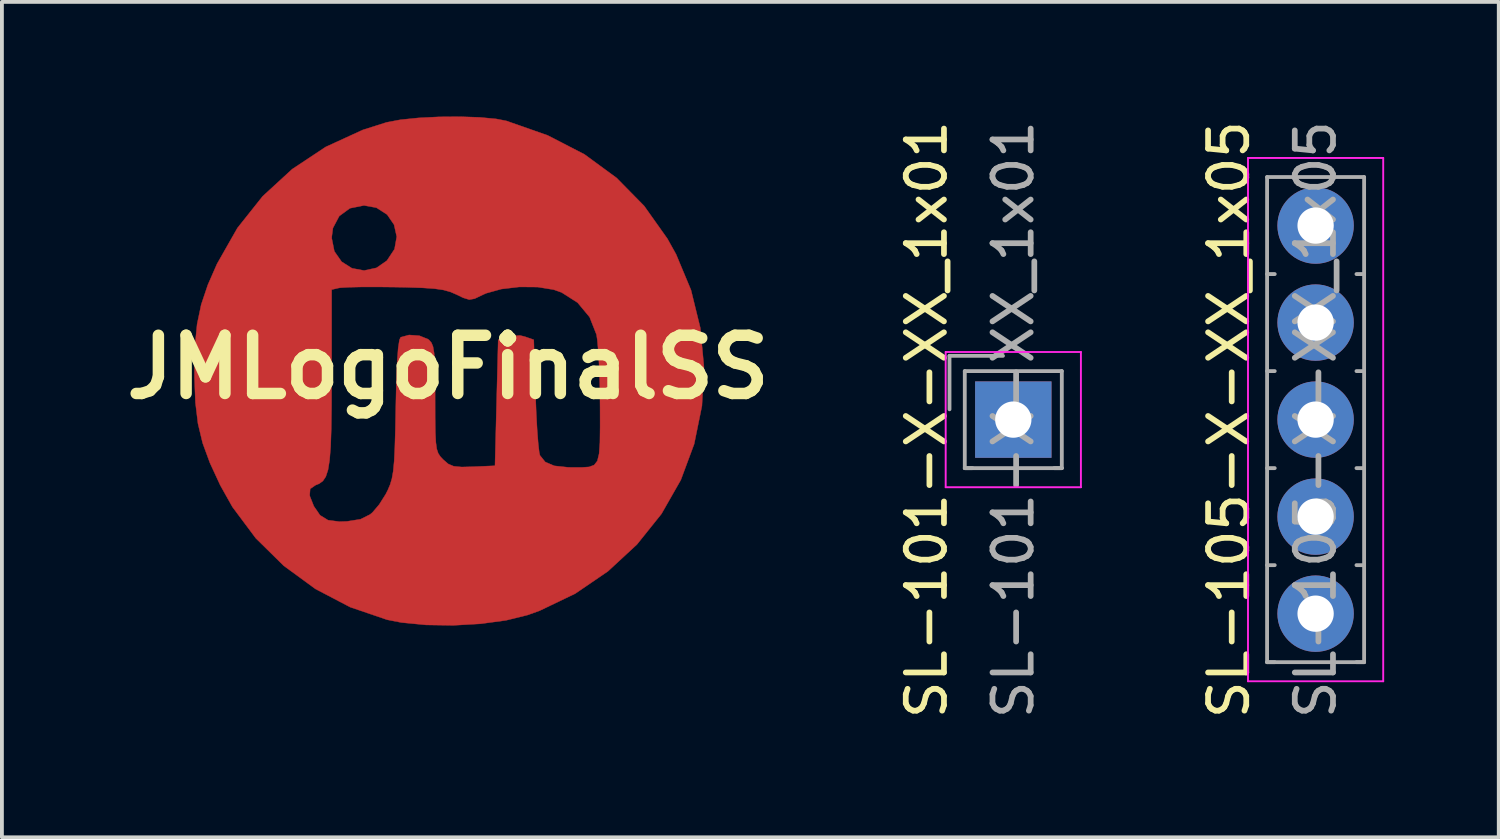
<source format=kicad_pcb>
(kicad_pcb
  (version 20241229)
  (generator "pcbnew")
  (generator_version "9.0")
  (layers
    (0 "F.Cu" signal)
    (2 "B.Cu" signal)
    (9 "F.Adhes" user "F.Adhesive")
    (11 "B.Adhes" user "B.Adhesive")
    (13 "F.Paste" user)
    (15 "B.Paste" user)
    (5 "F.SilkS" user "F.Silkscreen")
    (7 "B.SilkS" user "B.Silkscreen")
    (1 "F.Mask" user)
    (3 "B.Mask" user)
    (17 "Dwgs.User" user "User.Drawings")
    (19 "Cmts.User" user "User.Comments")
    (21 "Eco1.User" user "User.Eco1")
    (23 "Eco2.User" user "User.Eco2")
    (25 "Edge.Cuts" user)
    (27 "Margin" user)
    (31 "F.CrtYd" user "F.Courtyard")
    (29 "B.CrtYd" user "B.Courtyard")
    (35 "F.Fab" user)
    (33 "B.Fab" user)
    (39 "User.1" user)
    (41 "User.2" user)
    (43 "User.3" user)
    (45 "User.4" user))
  (footprint "JMLogoFinalSS"
    (layer "F.Cu")
    (at 8.68 6.561)
    (property "Reference" "JMLogoFinalSS" (at 0 0 0) (layer "F.SilkS") (effects (font (size 1.524 1.524) (thickness 0.3))))
    (attr through_hole)
    (fp_poly (pts (xy 0.828 -6.539) (xy 1.262 -6.498) (xy 1.524 -6.447) (xy 2.607 -6.067) (xy 3.569 -5.571) (xy 4.41 -4.955) (xy 5.134 -4.219) (xy 5.742 -3.362) (xy 5.969 -2.954) (xy 6.36 -2.018) (xy 6.603 -1.027) (xy 6.699 -0.007) (xy 6.646 1.015) (xy 6.443 2.012) (xy 6.093 2.954) (xy 5.587 3.841) (xy 4.944 4.643) (xy 4.185 5.345) (xy 3.329 5.929) (xy 2.396 6.377) (xy 2.074 6.492) (xy 1.516 6.629) (xy 0.851 6.719) (xy 0.135 6.76) (xy -0.575 6.749) (xy -1.222 6.686) (xy -1.596 6.613) (xy -2.563 6.283) (xy -3.472 5.807) (xy -4.302 5.2) (xy -5.033 4.48) (xy -5.644 3.662) (xy -5.812 3.363) (xy -3.624 3.363) (xy -3.516 3.637) (xy -3.514 3.641) (xy -3.351 3.878) (xy -3.143 4.006) (xy -2.844 4.045) (xy -2.645 4.038) (xy -2.293 3.982) (xy -2.042 3.857) (xy -1.978 3.803) (xy -1.804 3.598) (xy -1.631 3.324) (xy -1.577 3.217) (xy -1.516 3.073) (xy -1.47 2.917) (xy -1.436 2.722) (xy -1.411 2.462) (xy -1.394 2.112) (xy -1.38 1.643) (xy -1.369 1.059) (xy -1.354 0.379) (xy -1.333 -0.138) (xy -1.306 -0.5) (xy -1.273 -0.713) (xy -1.241 -0.782) (xy -1.021 -0.842) (xy -0.75 -0.822) (xy -0.522 -0.73) (xy -0.494 -0.707) (xy -0.435 -0.638) (xy -0.394 -0.537) (xy -0.366 -0.376) (xy -0.349 -0.129) (xy -0.341 0.23) (xy -0.339 0.727) (xy -0.339 0.821) (xy -0.338 1.336) (xy -0.333 1.709) (xy -0.32 1.968) (xy -0.296 2.142) (xy -0.257 2.259) (xy -0.199 2.345) (xy -0.127 2.421) (xy 0.005 2.535) (xy 0.148 2.595) (xy 0.355 2.615) (xy 0.656 2.607) (xy 1.228 2.582) (xy 1.27 0.933) (xy 1.312 -0.716) (xy 1.545 -0.798) (xy 1.88 -0.83) (xy 2.011 -0.798) (xy 2.244 -0.716) (xy 2.289 0.721) (xy 2.308 1.207) (xy 2.332 1.641) (xy 2.359 1.992) (xy 2.386 2.228) (xy 2.405 2.31) (xy 2.544 2.483) (xy 2.78 2.584) (xy 3.142 2.623) (xy 3.247 2.625) (xy 3.504 2.625) (xy 3.693 2.612) (xy 3.824 2.563) (xy 3.908 2.456) (xy 3.954 2.266) (xy 3.975 1.973) (xy 3.98 1.553) (xy 3.979 1.053) (xy 3.974 0.535) (xy 3.959 0.042) (xy 3.936 -0.386) (xy 3.907 -0.711) (xy 3.886 -0.851) (xy 3.705 -1.31) (xy 3.391 -1.688) (xy 2.972 -1.955) (xy 2.766 -2.028) (xy 2.347 -2.096) (xy 1.867 -2.1) (xy 1.394 -2.044) (xy 0.995 -1.933) (xy 0.901 -1.89) (xy 0.696 -1.792) (xy 0.554 -1.767) (xy 0.395 -1.816) (xy 0.224 -1.899) (xy 0.062 -1.969) (xy -0.12 -2.02) (xy -0.355 -2.054) (xy -0.675 -2.076) (xy -1.115 -2.09) (xy -1.397 -2.095) (xy -1.858 -2.1) (xy -2.272 -2.099) (xy -2.601 -2.091) (xy -2.812 -2.079) (xy -2.857 -2.073) (xy -3.048 -2.029) (xy -3.048 0.26) (xy -3.05 1.013) (xy -3.058 1.614) (xy -3.074 2.082) (xy -3.102 2.435) (xy -3.143 2.691) (xy -3.201 2.867) (xy -3.278 2.982) (xy -3.377 3.053) (xy -3.47 3.09) (xy -3.61 3.187) (xy -3.624 3.363) (xy -5.812 3.363) (xy -5.965 3.09) (xy -6.235 2.506) (xy -6.425 1.988) (xy -6.547 1.48) (xy -6.614 0.929) (xy -6.639 0.277) (xy -6.64 0.127) (xy -6.626 -0.555) (xy -6.57 -1.126) (xy -6.462 -1.64) (xy -6.289 -2.154) (xy -6.049 -2.702) (xy -5.66 -3.387) (xy -3.048 -3.387) (xy -2.977 -3.032) (xy -2.787 -2.76) (xy -2.516 -2.588) (xy -2.199 -2.529) (xy -1.874 -2.599) (xy -1.602 -2.787) (xy -1.402 -3.089) (xy -1.344 -3.415) (xy -1.414 -3.729) (xy -1.596 -3.994) (xy -1.876 -4.174) (xy -2.201 -4.233) (xy -2.57 -4.159) (xy -2.849 -3.954) (xy -3.014 -3.642) (xy -3.048 -3.387) (xy -5.66 -3.387) (xy -5.514 -3.643) (xy -4.854 -4.473) (xy -4.081 -5.183) (xy -3.203 -5.765) (xy -2.233 -6.21) (xy -1.609 -6.408) (xy -1.244 -6.477) (xy -0.771 -6.525) (xy -0.236 -6.552) (xy 0.313 -6.556) (xy 0.828 -6.539)) (stroke (width 0.01) (type solid)) (fill yes) (layer "F.Cu")))
  (footprint "SL-101-X-XX_1x01"
    (layer "F.Cu")
    (at 23.477 7.935)
    (property "Reference" "SL-101-X-XX_1x01" (at -2.27 0 90) (layer "F.SilkS") (effects (font (size 1 1) (thickness 0.15))))
    (attr through_hole)
    (fp_line (start -1.77 -1.77) (end -1.77 1.77) (stroke (width 0.05) (type solid)) (layer "F.CrtYd"))
    (fp_line (start -1.77 1.77) (end 1.77 1.77) (stroke (width 0.05) (type solid)) (layer "F.CrtYd"))
    (fp_line (start 1.77 -1.77) (end -1.77 -1.77) (stroke (width 0.05) (type solid)) (layer "F.CrtYd"))
    (fp_line (start 1.77 1.77) (end 1.77 -1.77) (stroke (width 0.05) (type solid)) (layer "F.CrtYd"))
    (fp_line (start -1.67 -1.67) (end -1.67 -0.27) (stroke (width 0.1) (type solid)) (layer "F.Fab"))
    (fp_line (start -1.27 -1.27) (end -1.27 1.27) (stroke (width 0.1) (type solid)) (layer "F.Fab"))
    (fp_line (start -1.27 1.27) (end -1.07 1.27) (stroke (width 0.1) (type solid)) (layer "F.Fab"))
    (fp_line (start -1.27 1.27) (end 1.27 1.27) (stroke (width 0.1) (type solid)) (layer "F.Fab"))
    (fp_line (start -0.27 -1.67) (end -1.67 -1.67) (stroke (width 0.1) (type solid)) (layer "F.Fab"))
    (fp_line (start 1.27 -1.27) (end -1.27 -1.27) (stroke (width 0.1) (type solid)) (layer "F.Fab"))
    (fp_line (start 1.27 1.27) (end 1.07 1.27) (stroke (width 0.1) (type solid)) (layer "F.Fab"))
    (fp_line (start 1.27 1.27) (end 1.27 -1.27) (stroke (width 0.1) (type solid)) (layer "F.Fab"))
    (fp_text user "${REFERENCE}" (at 0 0 90) (layer "F.Fab") (effects (font (size 1 1) (thickness 0.15))))
    (pad "1" thru_hole rect (at 0 0) (size 2 2) (drill 0.95) (layers "*.Cu" "*.Mask")))
  (footprint "SL-105-X-XX_1x05"
    (layer "F.Cu")
    (at 31.391 2.855)
    (property "Reference" "SL-105-X-XX_1x05" (at -2.27 5.08 90) (layer "F.SilkS") (effects (font (size 1 1) (thickness 0.15))))
    (attr through_hole)
    (fp_line (start -1.77 -1.77) (end -1.77 11.93) (stroke (width 0.05) (type solid)) (layer "F.CrtYd"))
    (fp_line (start -1.77 11.93) (end 1.77 11.93) (stroke (width 0.05) (type solid)) (layer "F.CrtYd"))
    (fp_line (start 1.77 -1.77) (end -1.77 -1.77) (stroke (width 0.05) (type solid)) (layer "F.CrtYd"))
    (fp_line (start 1.77 11.93) (end 1.77 -1.77) (stroke (width 0.05) (type solid)) (layer "F.CrtYd"))
    (fp_line (start -1.27 -1.27) (end -1.27 11.43) (stroke (width 0.1) (type solid)) (layer "F.Fab"))
    (fp_line (start -1.27 1.27) (end -1.07 1.27) (stroke (width 0.1) (type solid)) (layer "F.Fab"))
    (fp_line (start -1.27 3.81) (end -1.07 3.81) (stroke (width 0.1) (type solid)) (layer "F.Fab"))
    (fp_line (start -1.27 6.35) (end -1.07 6.35) (stroke (width 0.1) (type solid)) (layer "F.Fab"))
    (fp_line (start -1.27 8.89) (end -1.07 8.89) (stroke (width 0.1) (type solid)) (layer "F.Fab"))
    (fp_line (start -1.27 11.43) (end -1.07 11.43) (stroke (width 0.1) (type solid)) (layer "F.Fab"))
    (fp_line (start -1.27 11.43) (end 1.27 11.43) (stroke (width 0.1) (type solid)) (layer "F.Fab"))
    (fp_line (start 1.27 -1.27) (end -1.27 -1.27) (stroke (width 0.1) (type solid)) (layer "F.Fab"))
    (fp_line (start 1.27 1.27) (end 1.07 1.27) (stroke (width 0.1) (type solid)) (layer "F.Fab"))
    (fp_line (start 1.27 3.81) (end 1.07 3.81) (stroke (width 0.1) (type solid)) (layer "F.Fab"))
    (fp_line (start 1.27 6.35) (end 1.07 6.35) (stroke (width 0.1) (type solid)) (layer "F.Fab"))
    (fp_line (start 1.27 8.89) (end 1.07 8.89) (stroke (width 0.1) (type solid)) (layer "F.Fab"))
    (fp_line (start 1.27 11.43) (end 1.07 11.43) (stroke (width 0.1) (type solid)) (layer "F.Fab"))
    (fp_line (start 1.27 11.43) (end 1.27 -1.27) (stroke (width 0.1) (type solid)) (layer "F.Fab"))
    (fp_text user "${REFERENCE}" (at 0 5.08 90) (layer "F.Fab") (effects (font (size 1 1) (thickness 0.15))))
    (pad "1" thru_hole circle (at 0 0) (size 2 2) (drill 0.95) (layers "*.Cu" "*.Mask"))
    (pad "2" thru_hole circle (at 0 2.54) (size 2 2) (drill 0.95) (layers "*.Cu" "*.Mask"))
    (pad "3" thru_hole circle (at 0 5.08) (size 2 2) (drill 0.95) (layers "*.Cu" "*.Mask"))
    (pad "4" thru_hole circle (at 0 7.62) (size 2 2) (drill 0.95) (layers "*.Cu" "*.Mask"))
    (pad "5" thru_hole circle (at 0 10.16) (size 2 2) (drill 0.95) (layers "*.Cu" "*.Mask")))
  (gr_rect
    (start -3 -3)
    (end 36.186 18.869)
    (stroke (width 0.1) (type default))
    (fill no)
    (layer "Edge.Cuts")))
</source>
